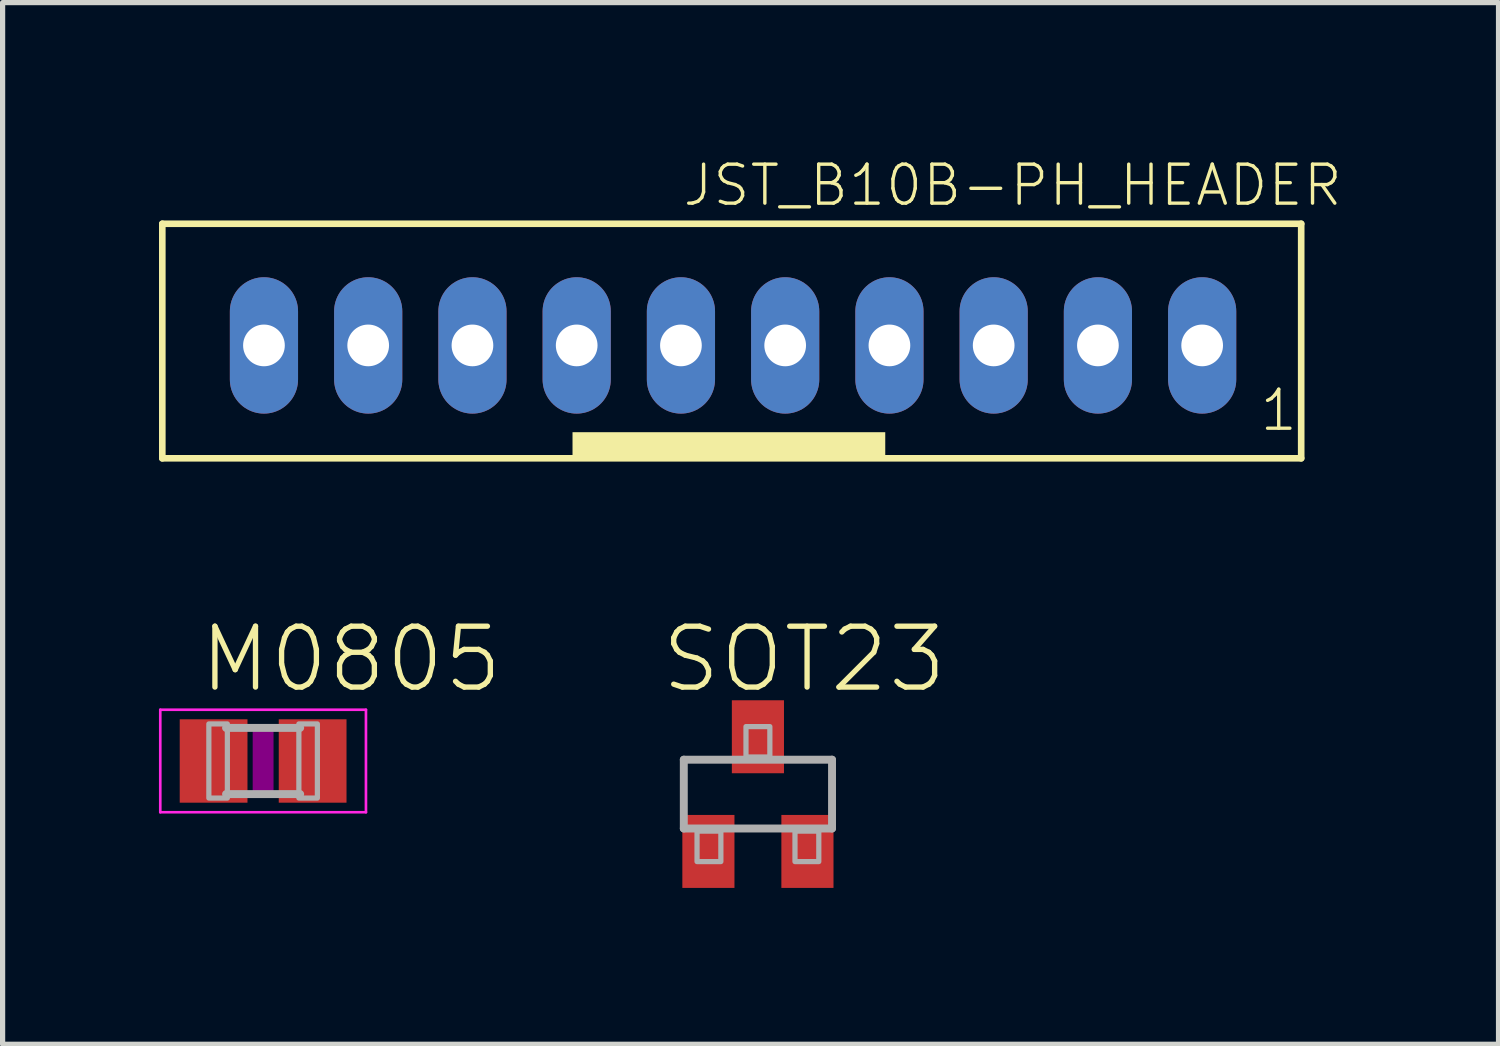
<source format=kicad_pcb>
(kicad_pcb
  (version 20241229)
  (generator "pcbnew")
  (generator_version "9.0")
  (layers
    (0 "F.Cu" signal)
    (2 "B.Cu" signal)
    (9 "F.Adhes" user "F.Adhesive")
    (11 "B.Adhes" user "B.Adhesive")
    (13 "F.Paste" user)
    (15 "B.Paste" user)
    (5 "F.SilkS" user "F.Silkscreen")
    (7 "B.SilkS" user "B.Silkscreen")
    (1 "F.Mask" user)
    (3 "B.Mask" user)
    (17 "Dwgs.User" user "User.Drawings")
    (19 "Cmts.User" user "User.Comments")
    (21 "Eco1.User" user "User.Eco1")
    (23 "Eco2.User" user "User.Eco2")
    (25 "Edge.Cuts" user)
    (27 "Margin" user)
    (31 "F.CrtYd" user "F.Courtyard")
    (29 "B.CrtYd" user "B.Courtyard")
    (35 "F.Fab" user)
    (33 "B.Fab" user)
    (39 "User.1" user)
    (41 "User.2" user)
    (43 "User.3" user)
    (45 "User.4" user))
  (footprint "SOT23"
    (layer "F.Cu")
    (at 11.491 12.185)
    (property "Reference" "SOT23" (at -1.905 -1.905 0) (layer "F.SilkS") (effects (font (size 1.168 1.168) (thickness 0.102)) (justify left bottom)))
    (fp_line (start -1.422 -0.66) (end 1.422 -0.66) (stroke (width 0.152) (type solid)) (layer "F.Fab"))
    (fp_line (start -1.422 0.66) (end -1.422 -0.66) (stroke (width 0.152) (type solid)) (layer "F.Fab"))
    (fp_line (start 1.422 -0.66) (end 1.422 0.66) (stroke (width 0.152) (type solid)) (layer "F.Fab"))
    (fp_line (start 1.422 0.66) (end -1.422 0.66) (stroke (width 0.152) (type solid)) (layer "F.Fab"))
    (fp_poly (pts (xy -1.168 1.295) (xy -0.711 1.295) (xy -0.711 0.711) (xy -1.168 0.711)) (stroke (width 0.1) (type solid)) (fill no) (layer "F.Fab"))
    (fp_poly (pts (xy -0.229 -0.711) (xy 0.229 -0.711) (xy 0.229 -1.295) (xy -0.229 -1.295)) (stroke (width 0.1) (type solid)) (fill no) (layer "F.Fab"))
    (fp_poly (pts (xy 0.711 1.295) (xy 1.168 1.295) (xy 1.168 0.711) (xy 0.711 0.711)) (stroke (width 0.1) (type solid)) (fill no) (layer "F.Fab"))
    (pad "1" smd rect (at -0.95 1.1) (size 1 1.4) (layers "F.Cu" "F.Mask" "F.Paste"))
    (pad "2" smd rect (at 0.95 1.1) (size 1 1.4) (layers "F.Cu" "F.Mask" "F.Paste"))
    (pad "3" smd rect (at 0 -1.1) (size 1 1.4) (layers "F.Cu" "F.Mask" "F.Paste")))
  (footprint "M0805"
    (layer "F.Cu")
    (at 1.998 11.55)
    (property "Reference" "M0805" (at -1.27 -1.27 0) (layer "F.SilkS") (effects (font (size 1.168 1.168) (thickness 0.102)) (justify left bottom)))
    (fp_poly (pts (xy -0.2 0.6) (xy 0.2 0.6) (xy 0.2 -0.6) (xy -0.2 -0.6)) (stroke (width 0) (type solid)) (fill yes) (layer "F.Adhes"))
    (fp_line (start -1.973 -0.983) (end 1.973 -0.983) (stroke (width 0.051) (type solid)) (layer "F.CrtYd"))
    (fp_line (start -1.973 0.983) (end -1.973 -0.983) (stroke (width 0.051) (type solid)) (layer "F.CrtYd"))
    (fp_line (start 1.973 -0.983) (end 1.973 0.983) (stroke (width 0.051) (type solid)) (layer "F.CrtYd"))
    (fp_line (start 1.973 0.983) (end -1.973 0.983) (stroke (width 0.051) (type solid)) (layer "F.CrtYd"))
    (fp_line (start 0.711 -0.635) (end -0.711 -0.635) (stroke (width 0.152) (type solid)) (layer "F.Fab"))
    (fp_line (start 0.711 0.635) (end -0.711 0.635) (stroke (width 0.152) (type solid)) (layer "F.Fab"))
    (fp_poly (pts (xy -1.041 0.711) (xy -0.686 0.711) (xy -0.686 -0.711) (xy -1.041 -0.711)) (stroke (width 0.1) (type solid)) (fill no) (layer "F.Fab"))
    (fp_poly (pts (xy 0.686 0.711) (xy 1.041 0.711) (xy 1.041 -0.711) (xy 0.686 -0.711)) (stroke (width 0.1) (type solid)) (fill no) (layer "F.Fab"))
    (pad "1" smd rect (at -0.95 0) (size 1.3 1.6) (layers "F.Cu" "F.Mask" "F.Paste"))
    (pad "2" smd rect (at 0.95 0) (size 1.3 1.6) (layers "F.Cu" "F.Mask" "F.Paste")))
  (footprint "JST_B10B-PH_HEADER"
    (layer "F.Cu")
    (at 16.014 3.625)
    (property "Reference" "JST_B10B-PH_HEADER" (at -6 -2.683 0) (layer "F.SilkS") (effects (font (size 0.748 0.748) (thickness 0.065)) (justify left bottom)))
    (fp_line (start -15.95 -2.382) (end 5.9 -2.382) (stroke (width 0.127) (type solid)) (layer "F.SilkS"))
    (fp_line (start -15.95 2.118) (end -15.95 -2.382) (stroke (width 0.127) (type solid)) (layer "F.SilkS"))
    (fp_line (start 5.9 -2.382) (end 5.9 2.118) (stroke (width 0.127) (type solid)) (layer "F.SilkS"))
    (fp_line (start 5.9 2.118) (end -15.95 2.118) (stroke (width 0.127) (type solid)) (layer "F.SilkS"))
    (fp_poly (pts (xy -8.08 2.118) (xy -2.08 2.118) (xy -2.08 1.617) (xy -8.08 1.617)) (stroke (width 0) (type solid)) (fill yes) (layer "F.SilkS"))
    (fp_text user "1" (at 5.07 1.635 0) (layer "F.SilkS") (effects (font (size 0.748 0.748) (thickness 0.065)) (justify left bottom)))
    (pad "P1" thru_hole oval (at 4 -0.048 90) (size 2.616 1.308) (drill 0.8) (layers "*.Cu" "*.Mask"))
    (pad "P2" thru_hole oval (at 2 -0.048 90) (size 2.616 1.308) (drill 0.8) (layers "*.Cu" "*.Mask"))
    (pad "P3" thru_hole oval (at 0 -0.048 90) (size 2.616 1.308) (drill 0.8) (layers "*.Cu" "*.Mask"))
    (pad "P4" thru_hole oval (at -2 -0.048 90) (size 2.616 1.308) (drill 0.8) (layers "*.Cu" "*.Mask"))
    (pad "P5" thru_hole oval (at -4 -0.048 90) (size 2.616 1.308) (drill 0.8) (layers "*.Cu" "*.Mask"))
    (pad "P6" thru_hole oval (at -6 -0.048 90) (size 2.616 1.308) (drill 0.8) (layers "*.Cu" "*.Mask"))
    (pad "P7" thru_hole oval (at -8 -0.048 90) (size 2.616 1.308) (drill 0.8) (layers "*.Cu" "*.Mask"))
    (pad "P8" thru_hole oval (at -10 -0.048 90) (size 2.616 1.308) (drill 0.8) (layers "*.Cu" "*.Mask"))
    (pad "P9" thru_hole oval (at -12 -0.048 90) (size 2.616 1.308) (drill 0.8) (layers "*.Cu" "*.Mask"))
    (pad "P10" thru_hole oval (at -14 -0.048 90) (size 2.616 1.308) (drill 0.8) (layers "*.Cu" "*.Mask")))
  (gr_rect
    (start -3 -3)
    (end 25.7 16.985)
    (stroke (width 0.1) (type default))
    (fill no)
    (layer "Edge.Cuts")))
</source>
